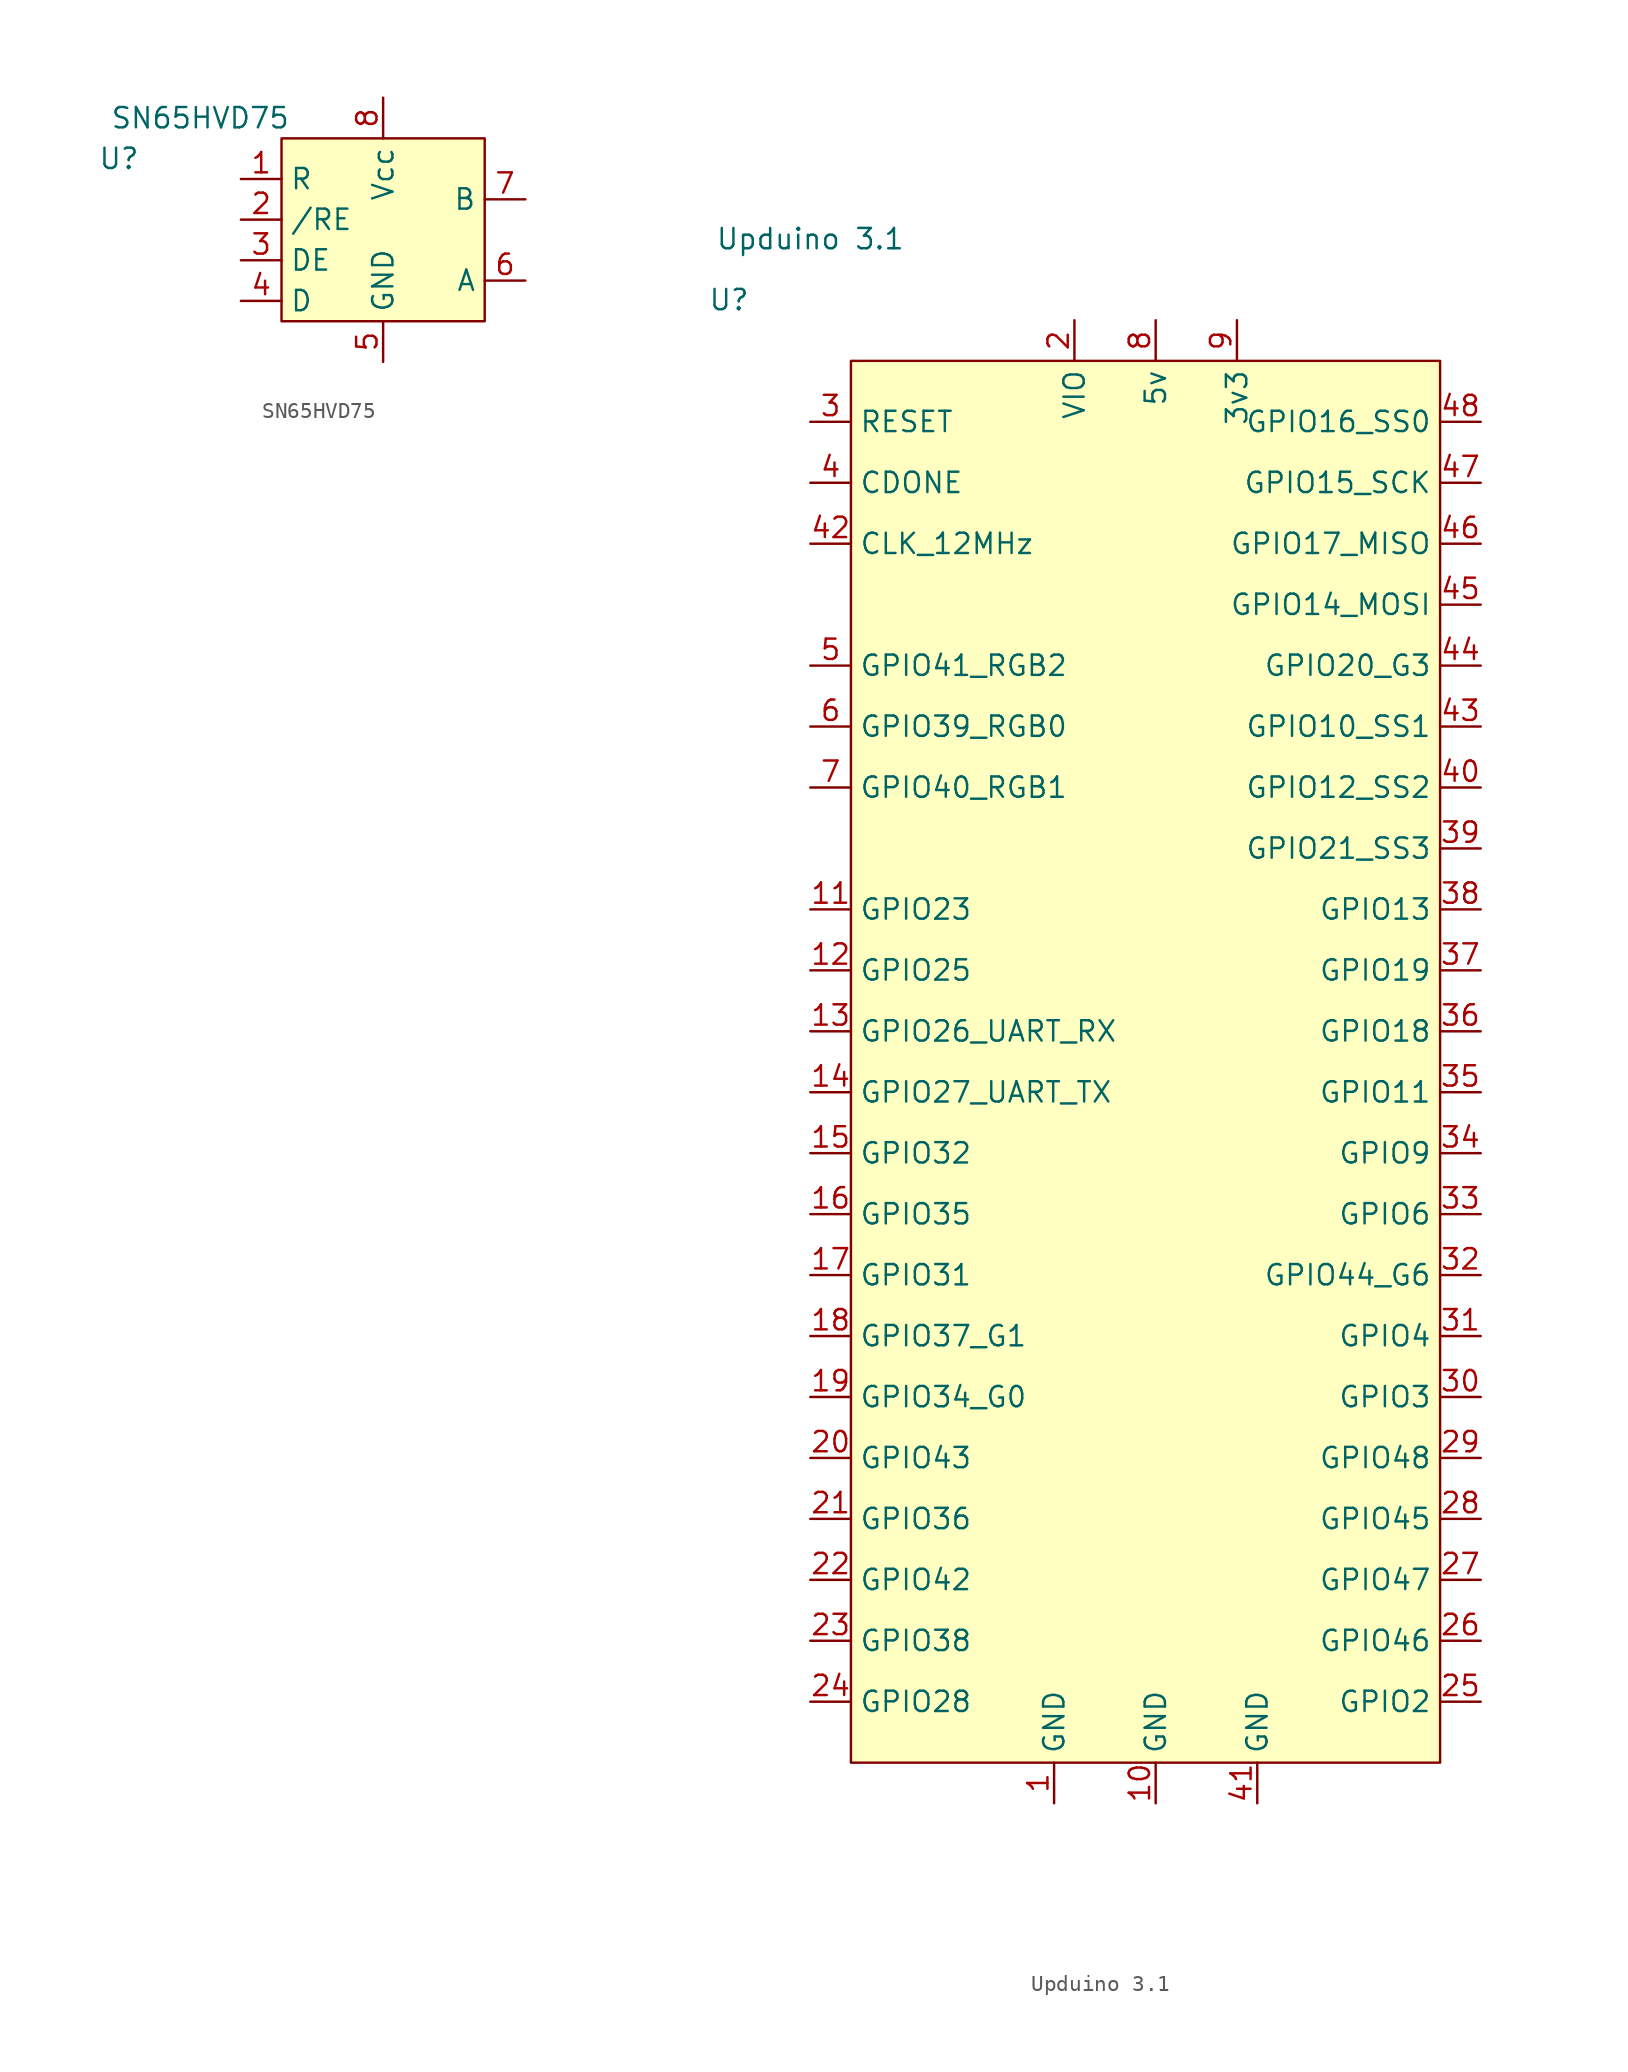
<source format=kicad_sym>
(kicad_symbol_lib
  (version 20211014)
  (generator kicad_symbol_editor)
  (symbol "SN65HVD75"
    (property "Reference" "U"
      (at -16.51 -2.54 0)
      (effects (font (size 1.27 1.27))))
    (property "Value" "SN65HVD75"
      (at -11.43 0 0)
      (effects (font (size 1.27 1.27))))
    (symbol "SN65HVD75_0_1"
      (rectangle (start -6.35 -1.27) (end 6.35 -12.7) (stroke (width 0) (type default) (color 0 0 0 0)) (fill (type background))))
    (symbol "SN65HVD75_1_1"
      (pin output line (at -8.89 -3.81 0) (length 2.54) (name "R" (effects (font (size 1.27 1.27)))) (number "1" (effects (font (size 1.27 1.27)))))
      (pin input line (at -8.89 -6.35 0) (length 2.54) (name "/RE" (effects (font (size 1.27 1.27)))) (number "2" (effects (font (size 1.27 1.27)))))
      (pin input line (at -8.89 -8.89 0) (length 2.54) (name "DE" (effects (font (size 1.27 1.27)))) (number "3" (effects (font (size 1.27 1.27)))))
      (pin input line (at -8.89 -11.43 0) (length 2.54) (name "D" (effects (font (size 1.27 1.27)))) (number "4" (effects (font (size 1.27 1.27)))))
      (pin power_in line (at 0 -15.24 90) (length 2.54) (name "GND" (effects (font (size 1.27 1.27)))) (number "5" (effects (font (size 1.27 1.27)))))
      (pin bidirectional line (at 8.89 -10.16 180) (length 2.54) (name "A" (effects (font (size 1.27 1.27)))) (number "6" (effects (font (size 1.27 1.27)))))
      (pin bidirectional line (at 8.89 -5.08 180) (length 2.54) (name "B" (effects (font (size 1.27 1.27)))) (number "7" (effects (font (size 1.27 1.27)))))
      (pin power_in line (at 0 1.27 270) (length 2.54) (name "Vcc" (effects (font (size 1.27 1.27)))) (number "8" (effects (font (size 1.27 1.27)))))))
  (symbol "Upduino 3.1"
    (property "Reference" "U"
      (at -26.67 -7.62 0)
      (effects (font (size 1.27 1.27))))
    (property "Value" "Upduino 3.1"
      (at -21.59 -3.81 0)
      (effects (font (size 1.27 1.27))))
    (symbol "Upduino 3.1_0_1"
      (rectangle (start -19.05 -11.43) (end 17.78 -99.06) (stroke (width 0) (type default) (color 0 0 0 0)) (fill (type background))))
    (symbol "Upduino 3.1_1_1"
      (pin power_out line (at -6.35 -101.6 90) (length 2.54) (name "GND" (effects (font (size 1.27 1.27)))) (number "1" (effects (font (size 1.27 1.27)))))
      (pin power_out line (at 0 -101.6 90) (length 2.54) (name "GND" (effects (font (size 1.27 1.27)))) (number "10" (effects (font (size 1.27 1.27)))))
      (pin bidirectional line (at -21.59 -45.72 0) (length 2.54) (name "GPIO23" (effects (font (size 1.27 1.27)))) (number "11" (effects (font (size 1.27 1.27)))))
      (pin bidirectional line (at -21.59 -49.53 0) (length 2.54) (name "GPIO25" (effects (font (size 1.27 1.27)))) (number "12" (effects (font (size 1.27 1.27)))))
      (pin bidirectional line (at -21.59 -53.34 0) (length 2.54) (name "GPIO26_UART_RX" (effects (font (size 1.27 1.27)))) (number "13" (effects (font (size 1.27 1.27)))))
      (pin bidirectional line (at -21.59 -57.15 0) (length 2.54) (name "GPIO27_UART_TX" (effects (font (size 1.27 1.27)))) (number "14" (effects (font (size 1.27 1.27)))))
      (pin bidirectional line (at -21.59 -60.96 0) (length 2.54) (name "GPIO32" (effects (font (size 1.27 1.27)))) (number "15" (effects (font (size 1.27 1.27)))))
      (pin bidirectional line (at -21.59 -64.77 0) (length 2.54) (name "GPIO35" (effects (font (size 1.27 1.27)))) (number "16" (effects (font (size 1.27 1.27)))))
      (pin bidirectional line (at -21.59 -68.58 0) (length 2.54) (name "GPIO31" (effects (font (size 1.27 1.27)))) (number "17" (effects (font (size 1.27 1.27)))))
      (pin bidirectional line (at -21.59 -72.39 0) (length 2.54) (name "GPIO37_G1" (effects (font (size 1.27 1.27)))) (number "18" (effects (font (size 1.27 1.27)))))
      (pin bidirectional line (at -21.59 -76.2 0) (length 2.54) (name "GPIO34_G0" (effects (font (size 1.27 1.27)))) (number "19" (effects (font (size 1.27 1.27)))))
      (pin power_out line (at -5.08 -8.89 270) (length 2.54) (name "VIO" (effects (font (size 1.27 1.27)))) (number "2" (effects (font (size 1.27 1.27)))))
      (pin bidirectional line (at -21.59 -80.01 0) (length 2.54) (name "GPIO43" (effects (font (size 1.27 1.27)))) (number "20" (effects (font (size 1.27 1.27)))))
      (pin bidirectional line (at -21.59 -83.82 0) (length 2.54) (name "GPIO36" (effects (font (size 1.27 1.27)))) (number "21" (effects (font (size 1.27 1.27)))))
      (pin bidirectional line (at -21.59 -87.63 0) (length 2.54) (name "GPIO42" (effects (font (size 1.27 1.27)))) (number "22" (effects (font (size 1.27 1.27)))))
      (pin bidirectional line (at -21.59 -91.44 0) (length 2.54) (name "GPIO38" (effects (font (size 1.27 1.27)))) (number "23" (effects (font (size 1.27 1.27)))))
      (pin bidirectional line (at -21.59 -95.25 0) (length 2.54) (name "GPIO28" (effects (font (size 1.27 1.27)))) (number "24" (effects (font (size 1.27 1.27)))))
      (pin bidirectional line (at 20.32 -95.25 180) (length 2.54) (name "GPIO2" (effects (font (size 1.27 1.27)))) (number "25" (effects (font (size 1.27 1.27)))))
      (pin bidirectional line (at 20.32 -91.44 180) (length 2.54) (name "GPIO46" (effects (font (size 1.27 1.27)))) (number "26" (effects (font (size 1.27 1.27)))))
      (pin bidirectional line (at 20.32 -87.63 180) (length 2.54) (name "GPIO47" (effects (font (size 1.27 1.27)))) (number "27" (effects (font (size 1.27 1.27)))))
      (pin bidirectional line (at 20.32 -83.82 180) (length 2.54) (name "GPIO45" (effects (font (size 1.27 1.27)))) (number "28" (effects (font (size 1.27 1.27)))))
      (pin bidirectional line (at 20.32 -80.01 180) (length 2.54) (name "GPIO48" (effects (font (size 1.27 1.27)))) (number "29" (effects (font (size 1.27 1.27)))))
      (pin input line (at -21.59 -15.24 0) (length 2.54) (name "RESET" (effects (font (size 1.27 1.27)))) (number "3" (effects (font (size 1.27 1.27)))))
      (pin bidirectional line (at 20.32 -76.2 180) (length 2.54) (name "GPIO3" (effects (font (size 1.27 1.27)))) (number "30" (effects (font (size 1.27 1.27)))))
      (pin bidirectional line (at 20.32 -72.39 180) (length 2.54) (name "GPIO4" (effects (font (size 1.27 1.27)))) (number "31" (effects (font (size 1.27 1.27)))))
      (pin bidirectional line (at 20.32 -68.58 180) (length 2.54) (name "GPIO44_G6" (effects (font (size 1.27 1.27)))) (number "32" (effects (font (size 1.27 1.27)))))
      (pin bidirectional line (at 20.32 -64.77 180) (length 2.54) (name "GPIO6" (effects (font (size 1.27 1.27)))) (number "33" (effects (font (size 1.27 1.27)))))
      (pin bidirectional line (at 20.32 -60.96 180) (length 2.54) (name "GPIO9" (effects (font (size 1.27 1.27)))) (number "34" (effects (font (size 1.27 1.27)))))
      (pin bidirectional line (at 20.32 -57.15 180) (length 2.54) (name "GPIO11" (effects (font (size 1.27 1.27)))) (number "35" (effects (font (size 1.27 1.27)))))
      (pin bidirectional line (at 20.32 -53.34 180) (length 2.54) (name "GPIO18" (effects (font (size 1.27 1.27)))) (number "36" (effects (font (size 1.27 1.27)))))
      (pin bidirectional line (at 20.32 -49.53 180) (length 2.54) (name "GPIO19" (effects (font (size 1.27 1.27)))) (number "37" (effects (font (size 1.27 1.27)))))
      (pin bidirectional line (at 20.32 -45.72 180) (length 2.54) (name "GPIO13" (effects (font (size 1.27 1.27)))) (number "38" (effects (font (size 1.27 1.27)))))
      (pin bidirectional line (at 20.32 -41.91 180) (length 2.54) (name "GPIO21_SS3" (effects (font (size 1.27 1.27)))) (number "39" (effects (font (size 1.27 1.27)))))
      (pin output line (at -21.59 -19.05 0) (length 2.54) (name "CDONE" (effects (font (size 1.27 1.27)))) (number "4" (effects (font (size 1.27 1.27)))))
      (pin bidirectional line (at 20.32 -38.1 180) (length 2.54) (name "GPIO12_SS2" (effects (font (size 1.27 1.27)))) (number "40" (effects (font (size 1.27 1.27)))))
      (pin power_out line (at 6.35 -101.6 90) (length 2.54) (name "GND" (effects (font (size 1.27 1.27)))) (number "41" (effects (font (size 1.27 1.27)))))
      (pin output line (at -21.59 -22.86 0) (length 2.54) (name "CLK_12MHz" (effects (font (size 1.27 1.27)))) (number "42" (effects (font (size 1.27 1.27)))))
      (pin bidirectional line (at 20.32 -34.29 180) (length 2.54) (name "GPIO10_SS1" (effects (font (size 1.27 1.27)))) (number "43" (effects (font (size 1.27 1.27)))))
      (pin bidirectional line (at 20.32 -30.48 180) (length 2.54) (name "GPIO20_G3" (effects (font (size 1.27 1.27)))) (number "44" (effects (font (size 1.27 1.27)))))
      (pin bidirectional line (at 20.32 -26.67 180) (length 2.54) (name "GPIO14_MOSI" (effects (font (size 1.27 1.27)))) (number "45" (effects (font (size 1.27 1.27)))))
      (pin bidirectional line (at 20.32 -22.86 180) (length 2.54) (name "GPIO17_MISO" (effects (font (size 1.27 1.27)))) (number "46" (effects (font (size 1.27 1.27)))))
      (pin bidirectional line (at 20.32 -19.05 180) (length 2.54) (name "GPIO15_SCK" (effects (font (size 1.27 1.27)))) (number "47" (effects (font (size 1.27 1.27)))))
      (pin bidirectional line (at 20.32 -15.24 180) (length 2.54) (name "GPIO16_SS0" (effects (font (size 1.27 1.27)))) (number "48" (effects (font (size 1.27 1.27)))))
      (pin output line (at -21.59 -30.48 0) (length 2.54) (name "GPIO41_RGB2" (effects (font (size 1.27 1.27)))) (number "5" (effects (font (size 1.27 1.27)))))
      (pin output line (at -21.59 -34.29 0) (length 2.54) (name "GPIO39_RGB0" (effects (font (size 1.27 1.27)))) (number "6" (effects (font (size 1.27 1.27)))))
      (pin output line (at -21.59 -38.1 0) (length 2.54) (name "GPIO40_RGB1" (effects (font (size 1.27 1.27)))) (number "7" (effects (font (size 1.27 1.27)))))
      (pin power_out line (at 0 -8.89 270) (length 2.54) (name "5v" (effects (font (size 1.27 1.27)))) (number "8" (effects (font (size 1.27 1.27)))))
      (pin power_out line (at 5.08 -8.89 270) (length 2.54) (name "3v3" (effects (font (size 1.27 1.27)))) (number "9" (effects (font (size 1.27 1.27))))))))
</source>
